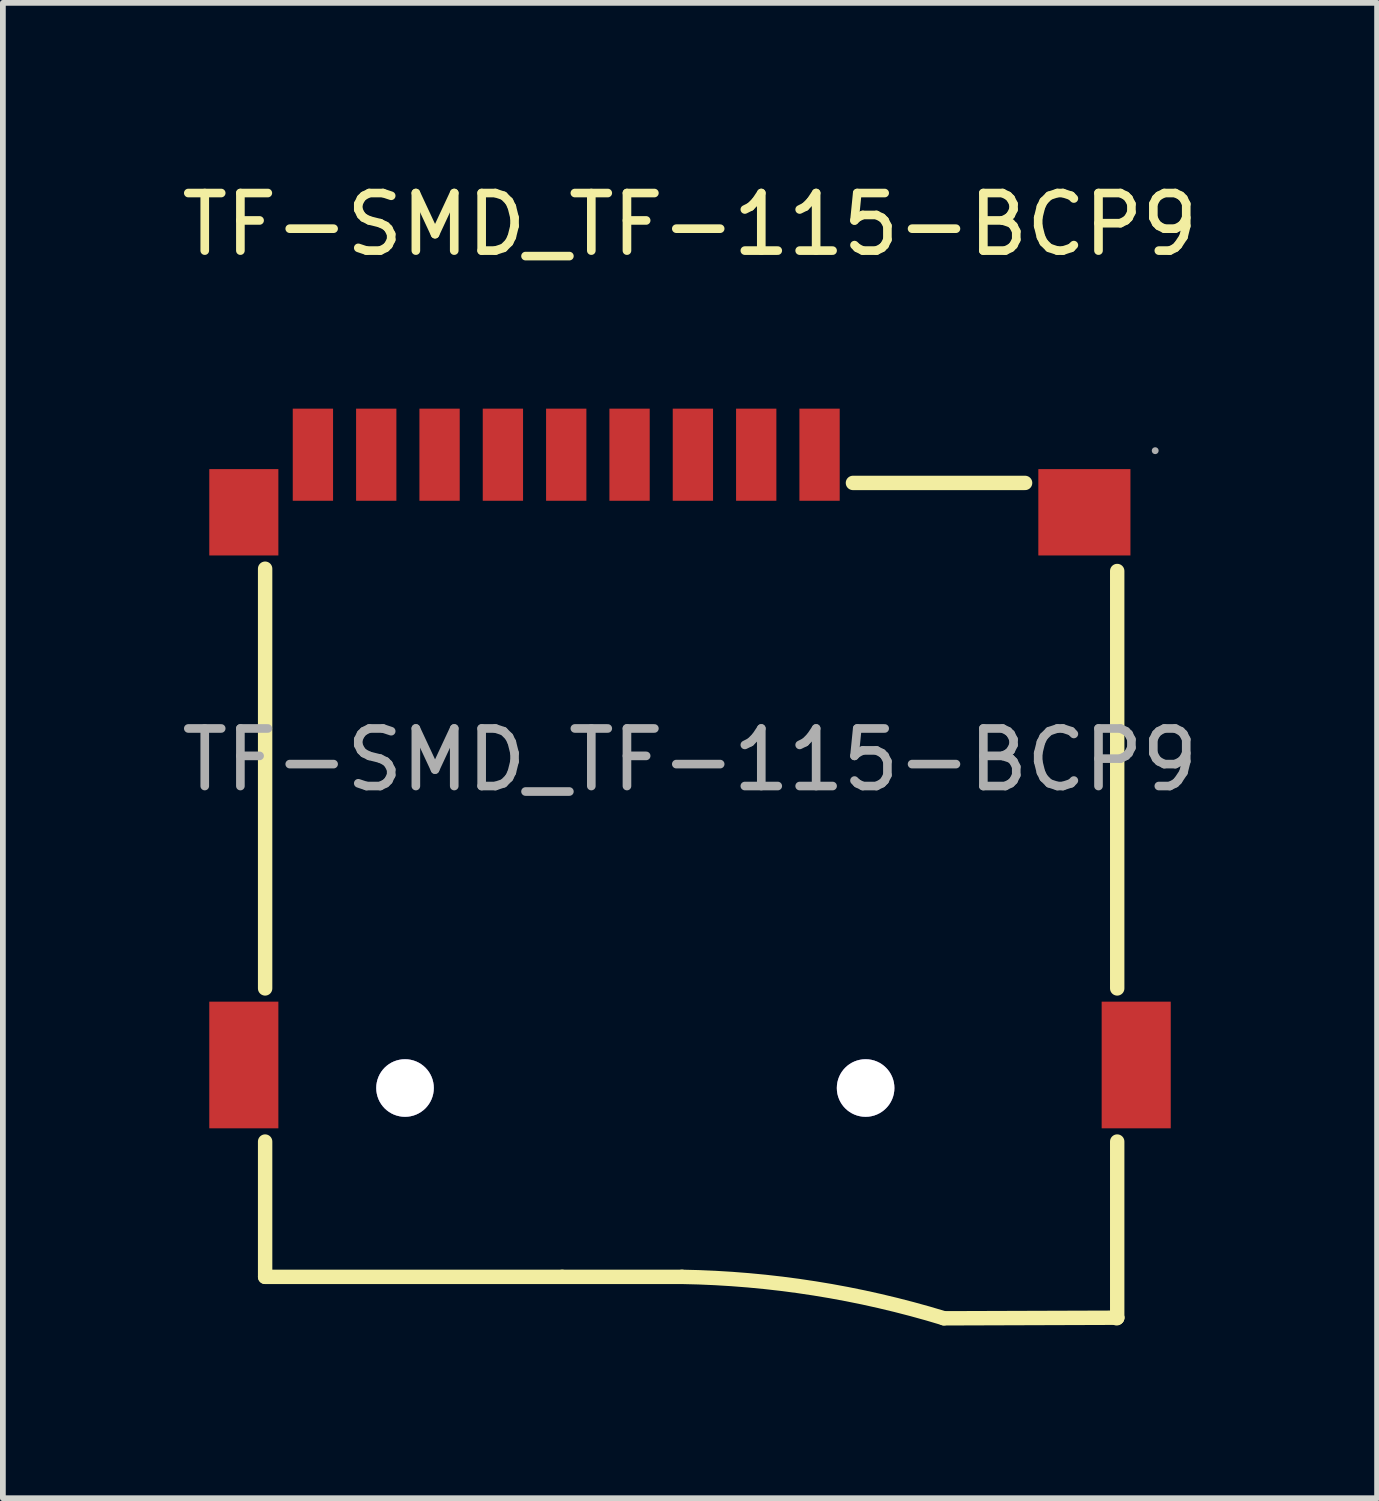
<source format=kicad_pcb>
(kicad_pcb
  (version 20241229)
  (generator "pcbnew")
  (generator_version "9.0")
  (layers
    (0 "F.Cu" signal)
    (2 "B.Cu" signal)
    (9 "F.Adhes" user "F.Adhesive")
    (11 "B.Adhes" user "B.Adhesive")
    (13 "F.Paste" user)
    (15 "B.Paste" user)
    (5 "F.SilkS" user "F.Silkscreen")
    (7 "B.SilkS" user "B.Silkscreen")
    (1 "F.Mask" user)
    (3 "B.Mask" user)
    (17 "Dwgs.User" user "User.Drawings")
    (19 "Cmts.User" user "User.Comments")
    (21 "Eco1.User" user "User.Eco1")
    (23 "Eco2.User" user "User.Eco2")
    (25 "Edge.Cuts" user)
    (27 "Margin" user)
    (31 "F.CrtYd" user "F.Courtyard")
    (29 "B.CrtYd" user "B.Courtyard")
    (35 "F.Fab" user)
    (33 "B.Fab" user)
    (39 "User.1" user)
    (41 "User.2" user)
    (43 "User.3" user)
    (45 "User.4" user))
  (footprint "TF-SMD_TF-115-BCP9"
    (layer "F.Cu")
    (at 8.935 10.148)
    (property "Reference" "TF-SMD_TF-115-BCP9" (at 0 -9.3 0) (layer "F.SilkS") (effects (font (size 1 1) (thickness 0.15))))
    (attr smd)
    (fp_line (start -7.38 3.97) (end -7.38 -3.32) (stroke (width 0.25) (type solid)) (layer "F.SilkS"))
    (fp_line (start -7.38 8.98) (end -7.38 6.63) (stroke (width 0.25) (type solid)) (layer "F.SilkS"))
    (fp_line (start -7.38 8.98) (end -2.22 8.98) (stroke (width 0.25) (type solid)) (layer "F.SilkS"))
    (fp_line (start -2.22 8.98) (end -0.14 8.98) (stroke (width 0.25) (type solid)) (layer "F.SilkS"))
    (fp_line (start 5.82 -4.81) (end 2.83 -4.81) (stroke (width 0.25) (type solid)) (layer "F.SilkS"))
    (fp_line (start 7.42 -3.28) (end 7.42 3.97) (stroke (width 0.25) (type solid)) (layer "F.SilkS"))
    (fp_line (start 7.42 6.63) (end 7.42 9.69) (stroke (width 0.25) (type solid)) (layer "F.SilkS"))
    (fp_line (start 7.42 9.69) (end 4.41 9.7) (stroke (width 0.25) (type solid)) (layer "F.SilkS"))
    (fp_line (start 7.42 9.69) (end 7.41 9.7) (stroke (width 0.25) (type solid)) (layer "F.SilkS"))
    (fp_arc (start -0.14 8.98) (mid 2.160656 9.180287) (end 4.410958 9.699208) (stroke (width 0.25) (type solid)) (layer "F.SilkS"))
    (fp_circle (center -4.95 5.7) (end -4.75 5.7) (stroke (width 0.4) (type solid)) (fill no) (layer "Cmts.User"))
    (fp_circle (center 3.05 5.7) (end 3.25 5.7) (stroke (width 0.4) (type solid)) (fill no) (layer "Cmts.User"))
    (fp_circle (center 8.08 -5.37) (end 8.11 -5.37) (stroke (width 0.06) (type solid)) (fill no) (layer "F.Fab"))
    (fp_text user "${REFERENCE}" (at 0 0 0) (layer "F.Fab") (effects (font (size 1 1) (thickness 0.15))))
    (pad "" thru_hole circle (at -4.95 5.7) (size 1 1) (drill 1) (layers "*.Cu" "*.Mask"))
    (pad "" thru_hole circle (at 3.05 5.7) (size 1 1) (drill 1) (layers "*.Cu" "*.Mask"))
    (pad "1" smd rect (at 2.25 -5.3) (size 0.7 1.6) (layers "F.Cu" "F.Mask" "F.Paste"))
    (pad "2" smd rect (at 1.15 -5.3) (size 0.7 1.6) (layers "F.Cu" "F.Mask" "F.Paste"))
    (pad "3" smd rect (at 0.05 -5.3) (size 0.7 1.6) (layers "F.Cu" "F.Mask" "F.Paste"))
    (pad "4" smd rect (at -1.05 -5.3) (size 0.7 1.6) (layers "F.Cu" "F.Mask" "F.Paste"))
    (pad "5" smd rect (at -2.15 -5.3) (size 0.7 1.6) (layers "F.Cu" "F.Mask" "F.Paste"))
    (pad "6" smd rect (at -3.25 -5.3) (size 0.7 1.6) (layers "F.Cu" "F.Mask" "F.Paste"))
    (pad "7" smd rect (at -4.35 -5.3) (size 0.7 1.6) (layers "F.Cu" "F.Mask" "F.Paste"))
    (pad "8" smd rect (at -5.45 -5.3) (size 0.7 1.6) (layers "F.Cu" "F.Mask" "F.Paste"))
    (pad "9" smd rect (at -6.55 -5.3) (size 0.7 1.6) (layers "F.Cu" "F.Mask" "F.Paste"))
    (pad "10" smd rect (at -7.75 -4.3) (size 1.2 1.5) (layers "F.Cu" "F.Mask" "F.Paste"))
    (pad "11" smd rect (at -7.75 5.3) (size 1.2 2.2) (layers "F.Cu" "F.Mask" "F.Paste"))
    (pad "12" smd rect (at 6.85 -4.3) (size 1.6 1.5) (layers "F.Cu" "F.Mask" "F.Paste"))
    (pad "13" smd rect (at 7.75 5.3) (size 1.2 2.2) (layers "F.Cu" "F.Mask" "F.Paste")))
  (gr_rect
    (start -3 -3)
    (end 20.869 22.973)
    (stroke (width 0.1) (type default))
    (fill no)
    (layer "Edge.Cuts")))
</source>
